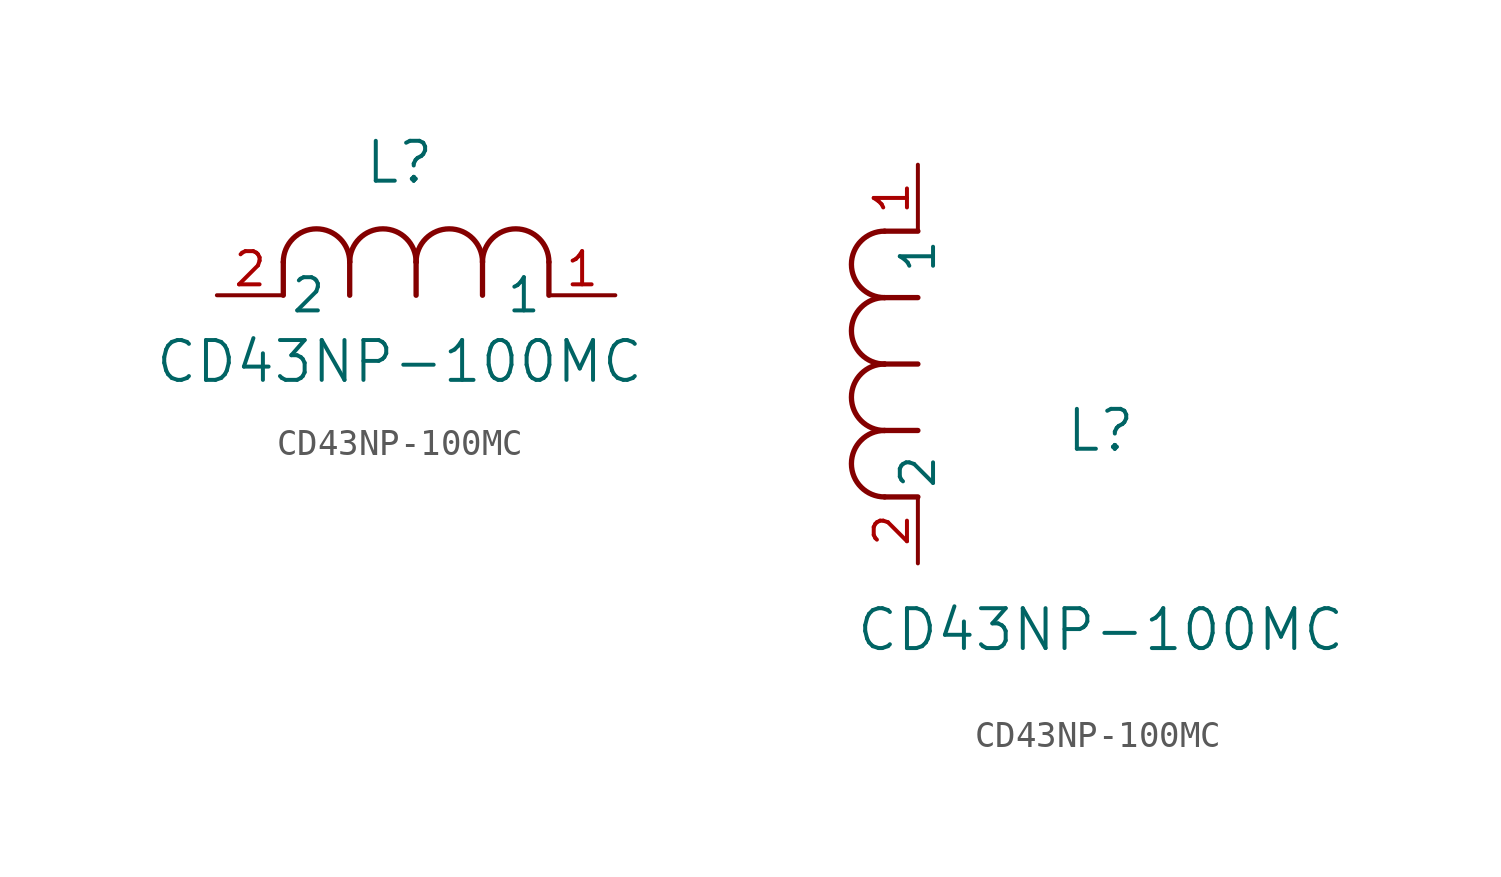
<source format=kicad_sym>
(kicad_symbol_lib
  (version 20211014)
  (generator kicad_symbol_editor)
  (symbol "CD43NP-100MC"
    (pin_names
      (offset 0.254))
    (property "Reference" "L"
      (at 6.985 5.08 0)
      (effects (font (size 1.524 1.524))))
    (property "Value" "CD43NP-100MC"
      (at 6.985 -2.54 0)
      (effects (font (size 1.524 1.524))))
    (symbol "CD43NP-100MC_1_1"
      (arc (start 7.62 1.27) (mid 6.35 2.54) (end 5.08 1.27) (stroke (width 0.2032) (type default) (color 0 0 0 0)) (fill (type none)))
      (polyline (pts (xy 5.08 0) (xy 5.08 1.27)) (stroke (width 0.203) (type default) (color 0 0 0 0)) (fill (type none)))
      (polyline (pts (xy 7.62 0) (xy 7.62 1.27)) (stroke (width 0.203) (type default) (color 0 0 0 0)) (fill (type none)))
      (polyline (pts (xy 12.7 0) (xy 12.7 1.27)) (stroke (width 0.203) (type default) (color 0 0 0 0)) (fill (type none)))
      (arc (start 5.08 1.27) (mid 3.81 2.54) (end 2.54 1.27) (stroke (width 0.2032) (type default) (color 0 0 0 0)) (fill (type none)))
      (arc (start 10.16 1.27) (mid 8.89 2.54) (end 7.62 1.27) (stroke (width 0.2032) (type default) (color 0 0 0 0)) (fill (type none)))
      (arc (start 12.7 1.27) (mid 11.43 2.54) (end 10.16 1.27) (stroke (width 0.2032) (type default) (color 0 0 0 0)) (fill (type none)))
      (polyline (pts (xy 2.54 0) (xy 2.54 1.27)) (stroke (width 0.203) (type default) (color 0 0 0 0)) (fill (type none)))
      (polyline (pts (xy 10.16 0) (xy 10.16 1.27)) (stroke (width 0.203) (type default) (color 0 0 0 0)) (fill (type none)))
      (pin unspecified line (at 0 0 0) (length 2.54) (name "2" (effects (font (size 1.27 1.27)))) (number "2" (effects (font (size 1.27 1.27)))))
      (pin unspecified line (at 15.24 0 180) (length 2.54) (name "1" (effects (font (size 1.27 1.27)))) (number "1" (effects (font (size 1.27 1.27))))))
    (symbol "CD43NP-100MC_1_2"
      (arc (start -1.27 7.62) (mid -2.54 6.35) (end -1.27 5.08) (stroke (width 0.2032) (type default) (color 0 0 0 0)) (fill (type none)))
      (arc (start -1.27 5.08) (mid -2.54 3.81) (end -1.27 2.54) (stroke (width 0.2032) (type default) (color 0 0 0 0)) (fill (type none)))
      (arc (start -1.27 12.7) (mid -2.54 11.43) (end -1.27 10.16) (stroke (width 0.2032) (type default) (color 0 0 0 0)) (fill (type none)))
      (arc (start -1.27 10.16) (mid -2.54 8.89) (end -1.27 7.62) (stroke (width 0.2032) (type default) (color 0 0 0 0)) (fill (type none)))
      (polyline (pts (xy 0 7.62) (xy -1.27 7.62)) (stroke (width 0.203) (type default) (color 0 0 0 0)) (fill (type none)))
      (polyline (pts (xy 0 5.08) (xy -1.27 5.08)) (stroke (width 0.203) (type default) (color 0 0 0 0)) (fill (type none)))
      (polyline (pts (xy 0 12.7) (xy -1.27 12.7)) (stroke (width 0.203) (type default) (color 0 0 0 0)) (fill (type none)))
      (polyline (pts (xy 0 2.54) (xy -1.27 2.54)) (stroke (width 0.203) (type default) (color 0 0 0 0)) (fill (type none)))
      (polyline (pts (xy 0 10.16) (xy -1.27 10.16)) (stroke (width 0.203) (type default) (color 0 0 0 0)) (fill (type none)))
      (pin unspecified line (at 0 0 90) (length 2.54) (name "2" (effects (font (size 1.27 1.27)))) (number "2" (effects (font (size 1.27 1.27)))))
      (pin unspecified line (at 0 15.24 270) (length 2.54) (name "1" (effects (font (size 1.27 1.27)))) (number "1" (effects (font (size 1.27 1.27))))))))
</source>
